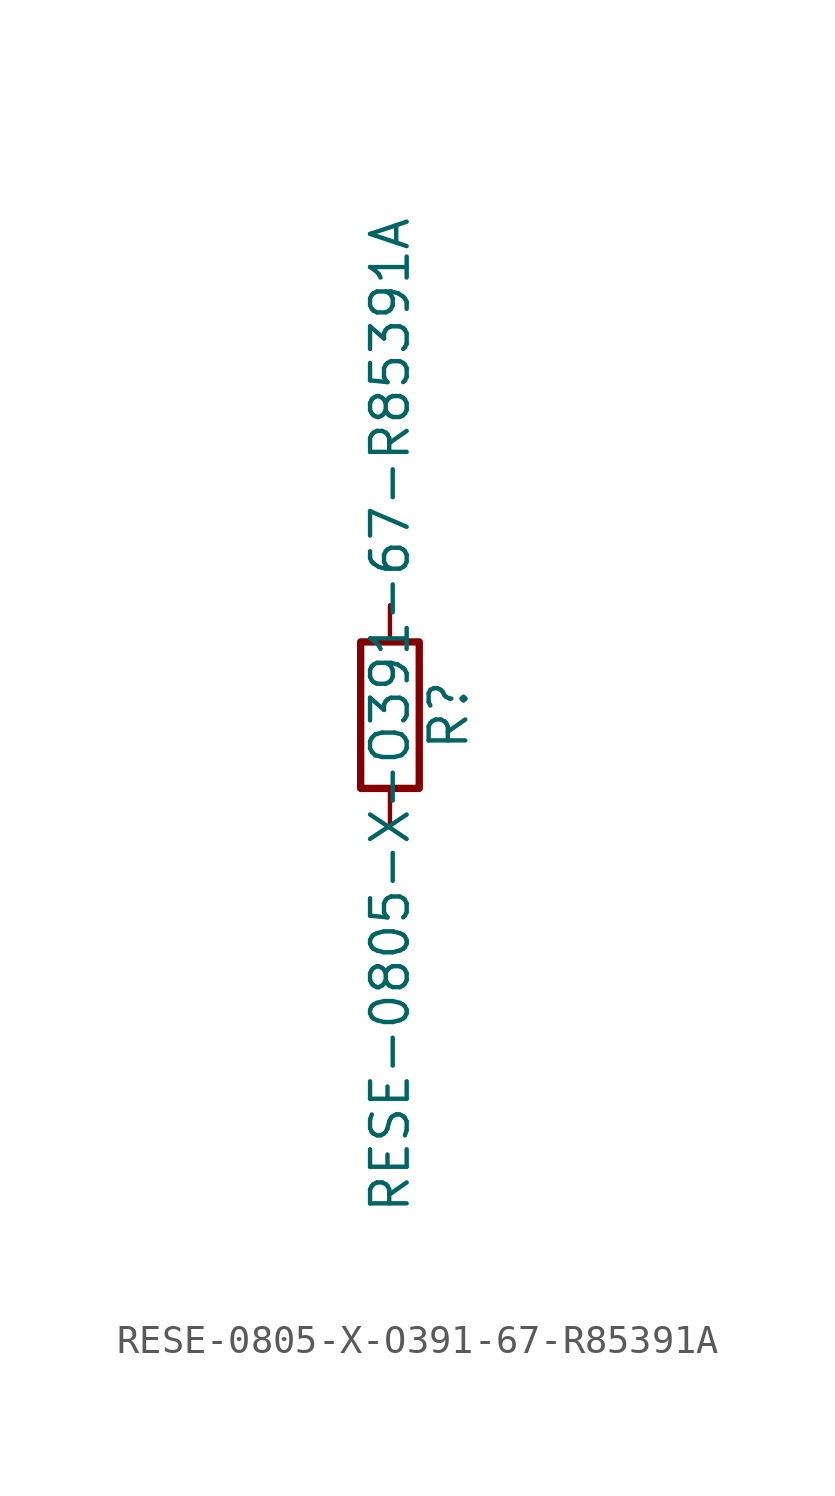
<source format=kicad_sym>
(kicad_symbol_lib
  (version 20211014)
  (generator kicad_symbol_editor)
  (symbol "RESE-0805-X-O391-67-R85391A"
    (pin_numbers hide)
    (pin_names
      (offset 0))
    (property "Reference" "R"
      (at 2.032 0 90)
      (effects (font (size 1.27 1.27))))
    (property "Value" "RESE-0805-X-O391-67-R85391A"
      (at 0 0 90)
      (effects (font (size 1.27 1.27))))
    (symbol "RESE-0805-X-O391-67-R85391A_0_1"
      (rectangle (start -1.016 -2.54) (end 1.016 2.54) (stroke (width 0.254) (type default) (color 0 0 0 0)) (fill (type none))))
    (symbol "RESE-0805-X-O391-67-R85391A_1_1"
      (pin passive line (at 0 3.81 270) (length 1.27) (name "~" (effects (font (size 1.27 1.27)))) (number "1" (effects (font (size 1.27 1.27)))))
      (pin passive line (at 0 -3.81 90) (length 1.27) (name "~" (effects (font (size 1.27 1.27)))) (number "2" (effects (font (size 1.27 1.27))))))))
</source>
